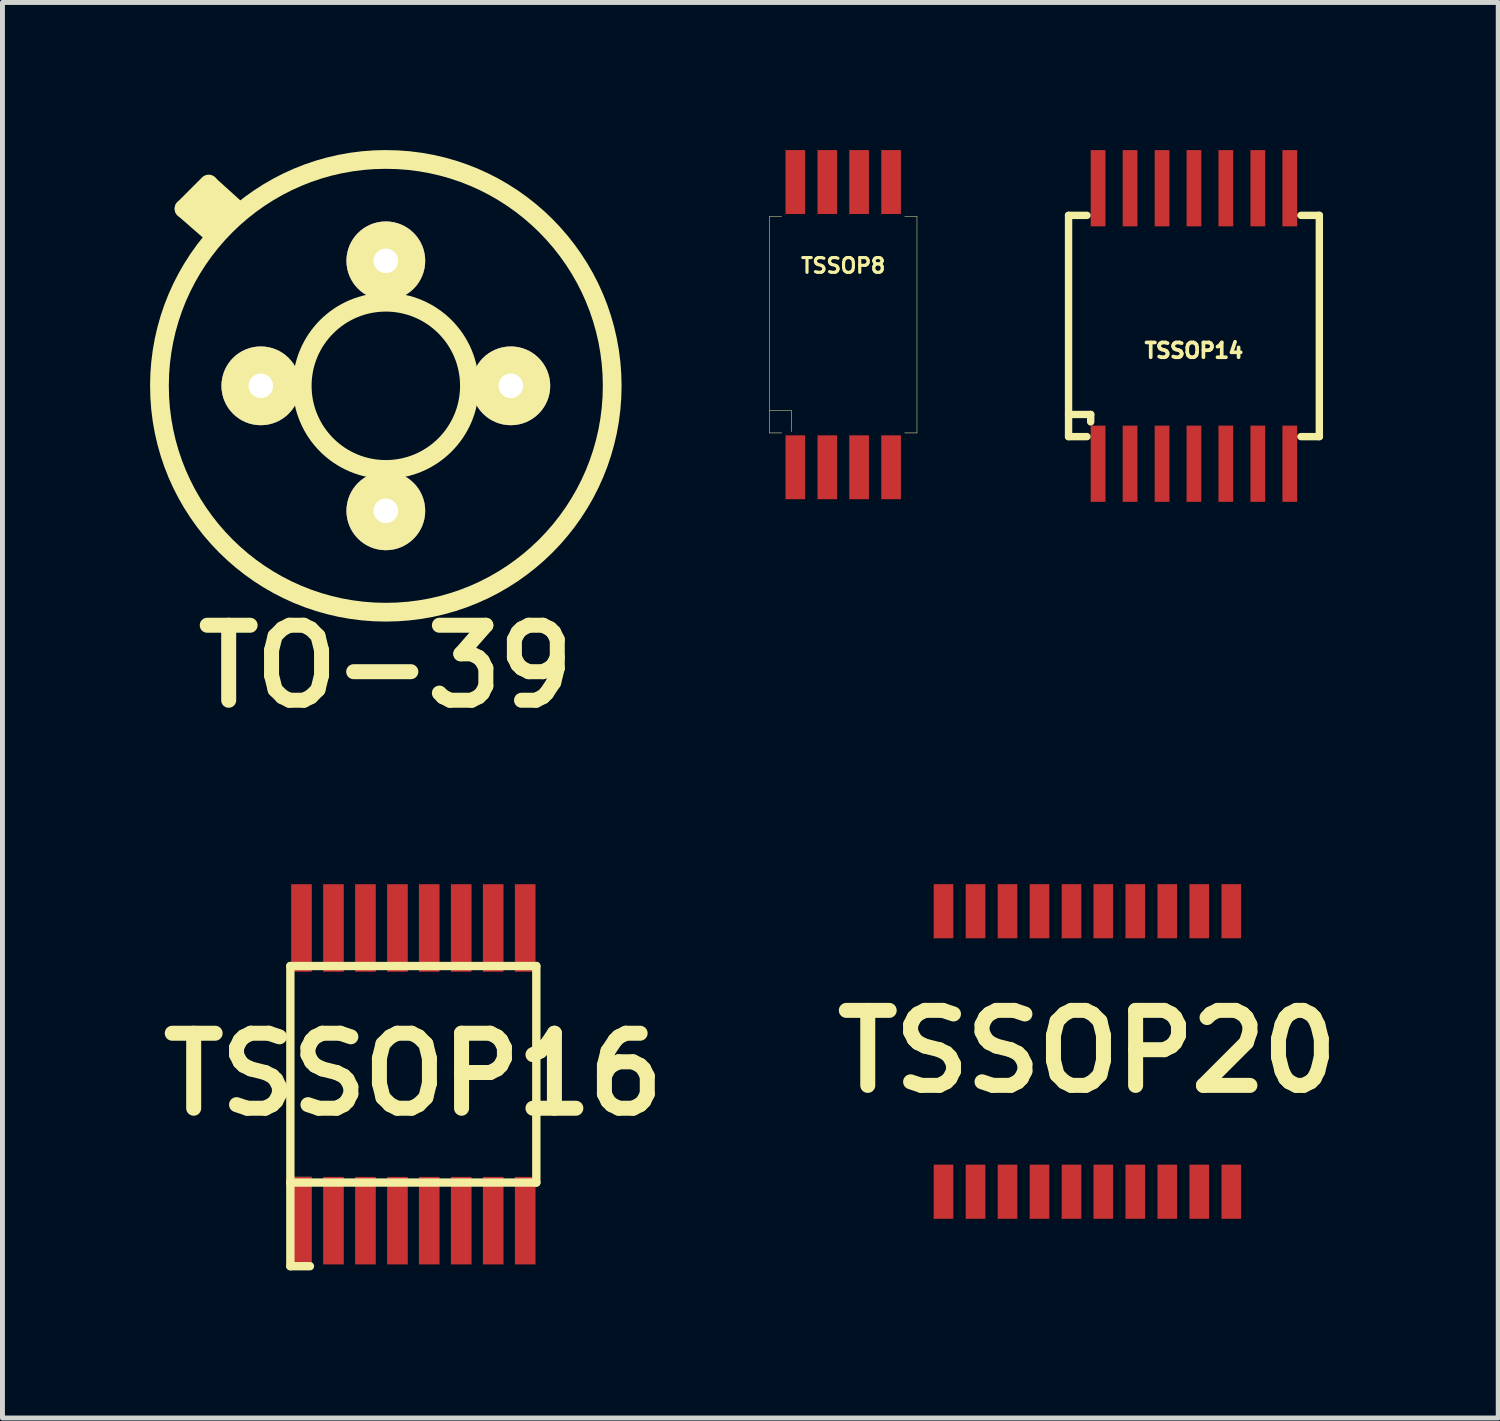
<source format=kicad_pcb>
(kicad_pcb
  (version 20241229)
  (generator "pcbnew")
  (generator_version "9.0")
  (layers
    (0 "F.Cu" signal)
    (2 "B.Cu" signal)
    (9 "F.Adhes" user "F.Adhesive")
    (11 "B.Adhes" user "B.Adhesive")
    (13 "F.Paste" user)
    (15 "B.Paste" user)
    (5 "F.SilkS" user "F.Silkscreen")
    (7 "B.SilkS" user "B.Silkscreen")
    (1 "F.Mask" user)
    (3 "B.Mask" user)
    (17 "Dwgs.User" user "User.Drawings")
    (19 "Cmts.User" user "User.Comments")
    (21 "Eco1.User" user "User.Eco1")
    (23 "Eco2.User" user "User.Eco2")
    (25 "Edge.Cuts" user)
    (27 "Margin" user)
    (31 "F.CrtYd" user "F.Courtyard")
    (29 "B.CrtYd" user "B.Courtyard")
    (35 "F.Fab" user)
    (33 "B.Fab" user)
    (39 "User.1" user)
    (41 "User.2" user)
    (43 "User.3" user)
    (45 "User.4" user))
  (footprint "TSSOP8"
    (layer "F.Cu")
    (at 14.084 3.547)
    (property "Reference" "TSSOP8" (at 0 -1.199 0) (layer "F.SilkS") (effects (font (size 0.3 0.3) (thickness 0.064))))
    (attr through_hole)
    (fp_line (start -1.499 -2.2) (end -1.499 2.2) (stroke (width 0.01) (type solid)) (layer "F.SilkS"))
    (fp_line (start -1.499 -2.2) (end -1.25 -2.2) (stroke (width 0.01) (type solid)) (layer "F.SilkS"))
    (fp_line (start -1.499 1.748) (end -1.049 1.748) (stroke (width 0.01) (type solid)) (layer "F.SilkS"))
    (fp_line (start -1.499 2.2) (end -1.25 2.2) (stroke (width 0.01) (type solid)) (layer "F.SilkS"))
    (fp_line (start -1.049 1.748) (end -1.049 2.174) (stroke (width 0.01) (type solid)) (layer "F.SilkS"))
    (fp_line (start 1.25 -2.2) (end 1.499 -2.2) (stroke (width 0.01) (type solid)) (layer "F.SilkS"))
    (fp_line (start 1.25 2.2) (end 1.499 2.2) (stroke (width 0.01) (type solid)) (layer "F.SilkS"))
    (fp_line (start 1.499 -2.2) (end 1.499 2.2) (stroke (width 0.01) (type solid)) (layer "F.SilkS"))
    (pad "1" smd rect (at -0.973 2.898 180) (size 0.399 1.298) (layers "F.Cu" "F.Mask" "F.Paste"))
    (pad "2" smd rect (at -0.323 2.898 180) (size 0.399 1.298) (layers "F.Cu" "F.Mask" "F.Paste"))
    (pad "3" smd rect (at 0.323 2.898 180) (size 0.399 1.298) (layers "F.Cu" "F.Mask" "F.Paste"))
    (pad "4" smd rect (at 0.973 2.898 180) (size 0.399 1.298) (layers "F.Cu" "F.Mask" "F.Paste"))
    (pad "5" smd rect (at 0.973 -2.898) (size 0.399 1.298) (layers "F.Cu" "F.Mask" "F.Paste"))
    (pad "6" smd rect (at 0.323 -2.898) (size 0.399 1.298) (layers "F.Cu" "F.Mask" "F.Paste"))
    (pad "7" smd rect (at -0.323 -2.898) (size 0.399 1.298) (layers "F.Cu" "F.Mask" "F.Paste"))
    (pad "8" smd rect (at -0.973 -2.898) (size 0.399 1.298) (layers "F.Cu" "F.Mask" "F.Paste")))
  (footprint "TSSOP14"
    (layer "F.Cu")
    (at 21.211 3.574)
    (property "Reference" "TSSOP14" (at 0 0.5 0) (layer "F.SilkS") (effects (font (size 0.3 0.3) (thickness 0.076))))
    (attr through_hole)
    (fp_line (start -2.548 -2.248) (end -2.548 2.248) (stroke (width 0.15) (type solid)) (layer "F.SilkS"))
    (fp_line (start -2.548 -2.248) (end -2.174 -2.248) (stroke (width 0.15) (type solid)) (layer "F.SilkS"))
    (fp_line (start -2.548 1.798) (end -2.098 1.798) (stroke (width 0.15) (type solid)) (layer "F.SilkS"))
    (fp_line (start -2.548 2.248) (end -2.174 2.248) (stroke (width 0.15) (type solid)) (layer "F.SilkS"))
    (fp_line (start -2.098 1.798) (end -2.098 1.948) (stroke (width 0.15) (type solid)) (layer "F.SilkS"))
    (fp_line (start 2.174 -2.248) (end 2.548 -2.248) (stroke (width 0.15) (type solid)) (layer "F.SilkS"))
    (fp_line (start 2.174 2.248) (end 2.548 2.248) (stroke (width 0.15) (type solid)) (layer "F.SilkS"))
    (fp_line (start 2.548 -2.248) (end 2.548 2.248) (stroke (width 0.15) (type solid)) (layer "F.SilkS"))
    (pad "1" smd rect (at -1.948 2.799 180) (size 0.3 1.549) (layers "F.Cu" "F.Mask" "F.Paste"))
    (pad "2" smd rect (at -1.298 2.799 180) (size 0.3 1.549) (layers "F.Cu" "F.Mask" "F.Paste"))
    (pad "3" smd rect (at -0.648 2.799 180) (size 0.3 1.549) (layers "F.Cu" "F.Mask" "F.Paste"))
    (pad "4" smd rect (at 0 2.799 180) (size 0.3 1.549) (layers "F.Cu" "F.Mask" "F.Paste"))
    (pad "5" smd rect (at 0.648 2.799 180) (size 0.3 1.549) (layers "F.Cu" "F.Mask" "F.Paste"))
    (pad "6" smd rect (at 1.298 2.799 180) (size 0.3 1.549) (layers "F.Cu" "F.Mask" "F.Paste"))
    (pad "7" smd rect (at 1.948 2.799 180) (size 0.3 1.549) (layers "F.Cu" "F.Mask" "F.Paste"))
    (pad "8" smd rect (at 1.948 -2.799) (size 0.3 1.549) (layers "F.Cu" "F.Mask" "F.Paste"))
    (pad "9" smd rect (at 1.298 -2.799) (size 0.3 1.549) (layers "F.Cu" "F.Mask" "F.Paste"))
    (pad "10" smd rect (at 0.648 -2.799) (size 0.3 1.549) (layers "F.Cu" "F.Mask" "F.Paste"))
    (pad "11" smd rect (at 0 -2.799) (size 0.3 1.549) (layers "F.Cu" "F.Mask" "F.Paste"))
    (pad "12" smd rect (at -0.648 -2.799) (size 0.3 1.549) (layers "F.Cu" "F.Mask" "F.Paste"))
    (pad "13" smd rect (at -1.298 -2.799) (size 0.3 1.549) (layers "F.Cu" "F.Mask" "F.Paste"))
    (pad "14" smd rect (at -1.948 -2.799) (size 0.3 1.549) (layers "F.Cu" "F.Mask" "F.Paste")))
  (footprint "TSSOP20"
    (layer "F.Cu")
    (at 19.046 18.316)
    (property "Reference" "TSSOP20" (at 0 0 0) (layer "F.SilkS") (effects (font (size 1.524 1.524) (thickness 0.305))))
    (attr through_hole)
    (fp_line (start -3.249 -2.2) (end -3.249 2.2) (stroke (width 0.001) (type solid)) (layer "F.SilkS"))
    (fp_line (start -3.249 -2.2) (end 3.249 -2.2) (stroke (width 0.001) (type solid)) (layer "F.SilkS"))
    (fp_line (start -3.249 1.598) (end -2.649 2.2) (stroke (width 0.001) (type solid)) (layer "F.SilkS"))
    (fp_line (start -3.249 2.2) (end 3.249 2.2) (stroke (width 0.001) (type solid)) (layer "F.SilkS"))
    (fp_line (start 3.249 -2.2) (end 3.249 2.2) (stroke (width 0.001) (type solid)) (layer "F.SilkS"))
    (pad "1" smd rect (at -2.924 2.85 180) (size 0.399 1.1) (layers "F.Cu" "F.Mask" "F.Paste"))
    (pad "2" smd rect (at -2.273 2.85 180) (size 0.399 1.1) (layers "F.Cu" "F.Mask" "F.Paste"))
    (pad "3" smd rect (at -1.623 2.85 180) (size 0.399 1.1) (layers "F.Cu" "F.Mask" "F.Paste"))
    (pad "4" smd rect (at -0.973 2.85 180) (size 0.399 1.1) (layers "F.Cu" "F.Mask" "F.Paste"))
    (pad "5" smd rect (at -0.323 2.85 180) (size 0.399 1.1) (layers "F.Cu" "F.Mask" "F.Paste"))
    (pad "6" smd rect (at 0.323 2.85 180) (size 0.399 1.1) (layers "F.Cu" "F.Mask" "F.Paste"))
    (pad "7" smd rect (at 0.973 2.85 180) (size 0.399 1.1) (layers "F.Cu" "F.Mask" "F.Paste"))
    (pad "8" smd rect (at 1.623 2.85 180) (size 0.399 1.1) (layers "F.Cu" "F.Mask" "F.Paste"))
    (pad "9" smd rect (at 2.273 2.85 180) (size 0.399 1.1) (layers "F.Cu" "F.Mask" "F.Paste"))
    (pad "10" smd rect (at 2.924 2.85 180) (size 0.399 1.1) (layers "F.Cu" "F.Mask" "F.Paste"))
    (pad "11" smd rect (at 2.924 -2.85) (size 0.399 1.1) (layers "F.Cu" "F.Mask" "F.Paste"))
    (pad "12" smd rect (at 2.273 -2.85) (size 0.399 1.1) (layers "F.Cu" "F.Mask" "F.Paste"))
    (pad "13" smd rect (at 1.623 -2.85) (size 0.399 1.1) (layers "F.Cu" "F.Mask" "F.Paste"))
    (pad "14" smd rect (at 0.973 -2.85) (size 0.399 1.1) (layers "F.Cu" "F.Mask" "F.Paste"))
    (pad "15" smd rect (at 0.323 -2.85) (size 0.399 1.1) (layers "F.Cu" "F.Mask" "F.Paste"))
    (pad "16" smd rect (at -0.323 -2.85) (size 0.399 1.1) (layers "F.Cu" "F.Mask" "F.Paste"))
    (pad "17" smd rect (at -0.973 -2.85) (size 0.399 1.1) (layers "F.Cu" "F.Mask" "F.Paste"))
    (pad "18" smd rect (at -1.623 -2.85) (size 0.399 1.1) (layers "F.Cu" "F.Mask" "F.Paste"))
    (pad "19" smd rect (at -2.273 -2.85) (size 0.399 1.1) (layers "F.Cu" "F.Mask" "F.Paste"))
    (pad "20" smd rect (at -2.924 -2.85) (size 0.399 1.1) (layers "F.Cu" "F.Mask" "F.Paste")))
  (footprint "TSSOP16"
    (layer "F.Cu")
    (at 5.349 18.78)
    (property "Reference" "TSSOP16" (at 0 0 0) (layer "F.SilkS") (effects (font (size 1.524 1.524) (thickness 0.305))))
    (attr through_hole)
    (fp_line (start -2.499 -2.2) (end -2.499 2.2) (stroke (width 0.003) (type solid)) (layer "F.SilkS"))
    (fp_line (start -2.499 -2.2) (end -2.499 2.2) (stroke (width 0.17) (type solid)) (layer "F.SilkS"))
    (fp_line (start -2.499 -2.2) (end -2.484 -2.2) (stroke (width 0.003) (type solid)) (layer "F.SilkS"))
    (fp_line (start -2.499 2.2) (end -2.484 2.2) (stroke (width 0.003) (type solid)) (layer "F.SilkS"))
    (fp_line (start -2.499 2.2) (end 2.499 2.2) (stroke (width 0.17) (type solid)) (layer "F.SilkS"))
    (fp_line (start -2.499 3.899) (end -2.499 2.2) (stroke (width 0.17) (type solid)) (layer "F.SilkS"))
    (fp_line (start -2.484 2.083) (end -2.484 3.863) (stroke (width 0.003) (type solid)) (layer "F.SilkS"))
    (fp_line (start -2.484 2.083) (end -2.062 2.083) (stroke (width 0.003) (type solid)) (layer "F.SilkS"))
    (fp_line (start -2.484 3.863) (end -2.062 3.863) (stroke (width 0.003) (type solid)) (layer "F.SilkS"))
    (fp_line (start -2.101 3.899) (end -2.499 3.899) (stroke (width 0.17) (type solid)) (layer "F.SilkS"))
    (fp_line (start 2.484 -2.2) (end 2.499 -2.2) (stroke (width 0.003) (type solid)) (layer "F.SilkS"))
    (fp_line (start 2.484 2.2) (end 2.499 2.2) (stroke (width 0.003) (type solid)) (layer "F.SilkS"))
    (fp_line (start 2.499 -2.2) (end -2.499 -2.2) (stroke (width 0.17) (type solid)) (layer "F.SilkS"))
    (fp_line (start 2.499 -2.2) (end 2.499 2.2) (stroke (width 0.003) (type solid)) (layer "F.SilkS"))
    (fp_line (start 2.499 2.2) (end 2.499 -2.2) (stroke (width 0.17) (type solid)) (layer "F.SilkS"))
    (pad "1" smd rect (at -2.273 2.974 180) (size 0.419 1.778) (layers "F.Cu" "F.Mask" "F.Paste"))
    (pad "2" smd rect (at -1.623 2.974 180) (size 0.419 1.778) (layers "F.Cu" "F.Mask" "F.Paste"))
    (pad "3" smd rect (at -0.973 2.974 180) (size 0.419 1.778) (layers "F.Cu" "F.Mask" "F.Paste"))
    (pad "4" smd rect (at -0.323 2.974 180) (size 0.419 1.778) (layers "F.Cu" "F.Mask" "F.Paste"))
    (pad "5" smd rect (at 0.323 2.974 180) (size 0.419 1.778) (layers "F.Cu" "F.Mask" "F.Paste"))
    (pad "6" smd rect (at 0.973 2.974 180) (size 0.419 1.778) (layers "F.Cu" "F.Mask" "F.Paste"))
    (pad "7" smd rect (at 1.623 2.974 180) (size 0.419 1.778) (layers "F.Cu" "F.Mask" "F.Paste"))
    (pad "8" smd rect (at 2.273 2.974 180) (size 0.419 1.778) (layers "F.Cu" "F.Mask" "F.Paste"))
    (pad "9" smd rect (at 2.273 -2.974) (size 0.419 1.778) (layers "F.Cu" "F.Mask" "F.Paste"))
    (pad "10" smd rect (at 1.623 -2.974) (size 0.419 1.778) (layers "F.Cu" "F.Mask" "F.Paste"))
    (pad "11" smd rect (at 0.973 -2.974) (size 0.419 1.778) (layers "F.Cu" "F.Mask" "F.Paste"))
    (pad "12" smd rect (at 0.323 -2.974) (size 0.419 1.778) (layers "F.Cu" "F.Mask" "F.Paste"))
    (pad "13" smd rect (at -0.323 -2.974) (size 0.419 1.778) (layers "F.Cu" "F.Mask" "F.Paste"))
    (pad "14" smd rect (at -0.973 -2.974) (size 0.419 1.778) (layers "F.Cu" "F.Mask" "F.Paste"))
    (pad "15" smd rect (at -1.623 -2.974) (size 0.419 1.778) (layers "F.Cu" "F.Mask" "F.Paste"))
    (pad "16" smd rect (at -2.273 -2.974) (size 0.419 1.778) (layers "F.Cu" "F.Mask" "F.Paste")))
  (footprint "TO-39"
    (layer "F.Cu")
    (at 4.79 4.79)
    (property "Reference" "TO-39" (at 0 5.7 0) (layer "F.SilkS") (effects (font (size 1.524 1.524) (thickness 0.305))))
    (attr through_hole)
    (fp_line (start -4.1 -3.599) (end -3.599 -4.1) (stroke (width 0.381) (type solid)) (layer "F.SilkS"))
    (fp_line (start -4.1 -3.599) (end -3.5 -3.076) (stroke (width 0.381) (type solid)) (layer "F.SilkS"))
    (fp_line (start -3.899 -3.749) (end -3.35 -3.251) (stroke (width 0.381) (type solid)) (layer "F.SilkS"))
    (fp_line (start -3.701 -3.851) (end -3.251 -3.5) (stroke (width 0.381) (type solid)) (layer "F.SilkS"))
    (fp_line (start -3.551 -4.049) (end -3 -3.551) (stroke (width 0.381) (type solid)) (layer "F.SilkS"))
    (fp_circle (center 0 0) (end 1.699 0) (stroke (width 0.381) (type solid)) (fill no) (layer "F.SilkS"))
    (fp_circle (center 0 0) (end 4.6 0) (stroke (width 0.381) (type solid)) (fill no) (layer "F.SilkS"))
    (pad "1" thru_hole circle (at -2.54 0) (size 1.6 1.6) (drill 0.5) (layers "*.Cu" "*.Mask" "F.SilkS"))
    (pad "2" thru_hole circle (at 0 2.54) (size 1.6 1.6) (drill 0.5) (layers "*.Cu" "*.Mask" "F.SilkS"))
    (pad "3" thru_hole circle (at 2.54 0) (size 1.6 1.6) (drill 0.5) (layers "*.Cu" "*.Mask" "F.SilkS"))
    (pad "4" thru_hole circle (at 0 -2.54) (size 1.6 1.6) (drill 0.5) (layers "*.Cu" "*.Mask" "F.SilkS")))
  (gr_rect
    (start -3 -3)
    (end 27.394 25.764)
    (stroke (width 0.1) (type default))
    (fill no)
    (layer "Edge.Cuts")))
</source>
